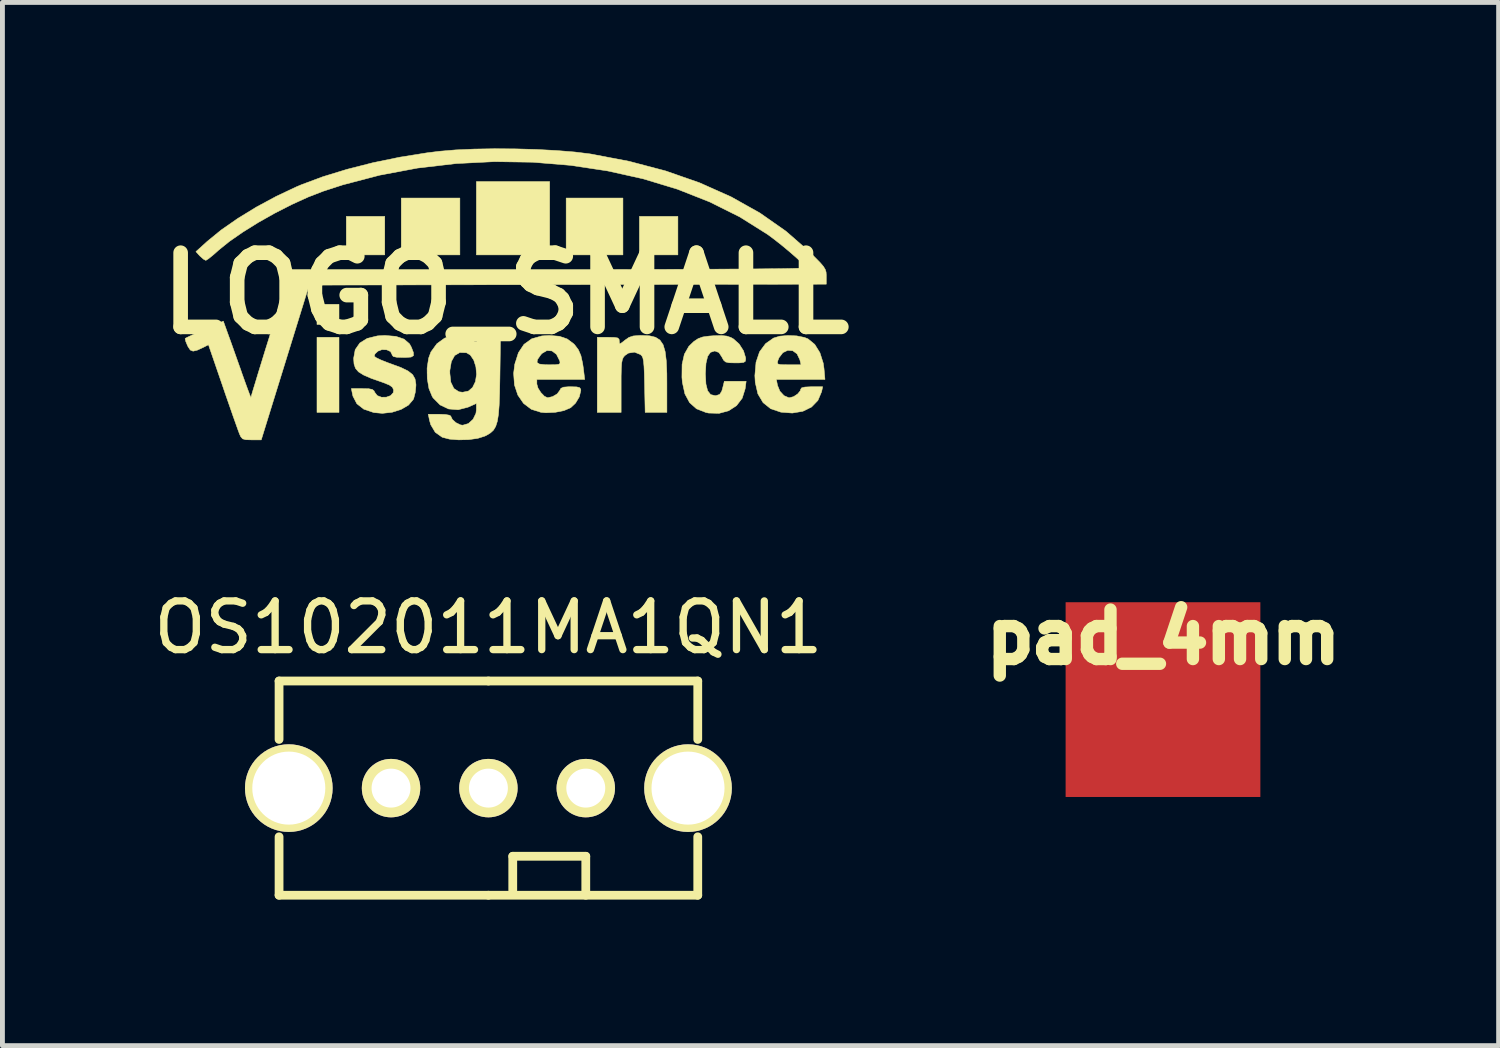
<source format=kicad_pcb>
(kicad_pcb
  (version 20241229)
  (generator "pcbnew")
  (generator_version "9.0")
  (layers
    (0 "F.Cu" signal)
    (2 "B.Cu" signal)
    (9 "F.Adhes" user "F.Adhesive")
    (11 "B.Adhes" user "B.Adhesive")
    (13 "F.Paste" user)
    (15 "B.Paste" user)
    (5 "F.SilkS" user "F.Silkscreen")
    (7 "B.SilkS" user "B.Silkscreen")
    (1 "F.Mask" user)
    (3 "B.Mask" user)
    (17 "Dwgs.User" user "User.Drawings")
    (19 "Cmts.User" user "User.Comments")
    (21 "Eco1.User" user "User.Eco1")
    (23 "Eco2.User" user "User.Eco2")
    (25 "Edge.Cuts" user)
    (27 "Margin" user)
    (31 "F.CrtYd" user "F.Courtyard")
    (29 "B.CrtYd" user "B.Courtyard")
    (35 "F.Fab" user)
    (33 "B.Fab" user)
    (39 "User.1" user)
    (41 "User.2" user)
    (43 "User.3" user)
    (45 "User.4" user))
  (footprint "LOGO_SMALL"
    (layer "F.Cu")
    (at 7.337 2.975)
    (property "Reference" "LOGO_SMALL" (at 0 0 0) (layer "F.SilkS") (effects (font (size 1.524 1.524) (thickness 0.3))))
    (attr through_hole)
    (fp_poly (pts (xy -3.424 0.64) (xy -3.876 0.64) (xy -3.876 0.226) (xy -3.424 0.226) (xy -3.424 0.64)) (stroke (width 0.01) (type solid)) (fill yes) (layer "F.SilkS"))
    (fp_poly (pts (xy -3.424 2.446) (xy -3.876 2.446) (xy -3.876 0.903) (xy -3.424 0.903) (xy -3.424 2.446)) (stroke (width 0.01) (type solid)) (fill yes) (layer "F.SilkS"))
    (fp_poly (pts (xy -2.484 -0.79) (xy -3.274 -0.79) (xy -3.274 -1.58) (xy -2.484 -1.58) (xy -2.484 -0.79)) (stroke (width 0.01) (type solid)) (fill yes) (layer "F.SilkS"))
    (fp_poly (pts (xy -0.941 -0.79) (xy -2.145 -0.79) (xy -2.145 -1.957) (xy -0.941 -1.957) (xy -0.941 -0.79)) (stroke (width 0.01) (type solid)) (fill yes) (layer "F.SilkS"))
    (fp_poly (pts (xy 0.903 -0.79) (xy -0.602 -0.79) (xy -0.602 -2.295) (xy 0.903 -2.295) (xy 0.903 -0.79)) (stroke (width 0.01) (type solid)) (fill yes) (layer "F.SilkS"))
    (fp_poly (pts (xy 2.408 -0.79) (xy 1.242 -0.79) (xy 1.242 -1.957) (xy 2.408 -1.957) (xy 2.408 -0.79)) (stroke (width 0.01) (type solid)) (fill yes) (layer "F.SilkS"))
    (fp_poly (pts (xy 3.537 -0.79) (xy 2.747 -0.79) (xy 2.747 -1.58) (xy 3.537 -1.58) (xy 3.537 -0.79)) (stroke (width 0.01) (type solid)) (fill yes) (layer "F.SilkS"))
    (fp_poly (pts (xy 2.955 0.873) (xy 3.077 0.902) (xy 3.168 0.96) (xy 3.233 1.055) (xy 3.275 1.196) (xy 3.299 1.39) (xy 3.31 1.646) (xy 3.311 1.843) (xy 3.311 2.446) (xy 2.865 2.446) (xy 2.853 1.878) (xy 2.848 1.658) (xy 2.841 1.5) (xy 2.831 1.393) (xy 2.817 1.325) (xy 2.796 1.284) (xy 2.768 1.257) (xy 2.645 1.208) (xy 2.52 1.228) (xy 2.446 1.279) (xy 2.416 1.315) (xy 2.396 1.362) (xy 2.382 1.433) (xy 2.375 1.542) (xy 2.371 1.701) (xy 2.371 1.9) (xy 2.371 2.446) (xy 1.881 2.446) (xy 1.881 0.903) (xy 2.107 0.903) (xy 2.233 0.906) (xy 2.301 0.917) (xy 2.329 0.944) (xy 2.333 0.982) (xy 2.337 1.029) (xy 2.359 1.032) (xy 2.416 0.99) (xy 2.449 0.963) (xy 2.53 0.906) (xy 2.617 0.876) (xy 2.74 0.866) (xy 2.798 0.865) (xy 2.955 0.873)) (stroke (width 0.01) (type solid)) (fill yes) (layer "F.SilkS"))
    (fp_poly (pts (xy 4.54 0.878) (xy 4.626 0.907) (xy 4.679 0.937) (xy 4.796 1.042) (xy 4.885 1.181) (xy 4.928 1.324) (xy 4.929 1.351) (xy 4.922 1.396) (xy 4.887 1.419) (xy 4.808 1.428) (xy 4.713 1.429) (xy 4.589 1.426) (xy 4.518 1.41) (xy 4.475 1.372) (xy 4.44 1.307) (xy 4.38 1.216) (xy 4.302 1.186) (xy 4.291 1.185) (xy 4.206 1.212) (xy 4.148 1.294) (xy 4.114 1.438) (xy 4.102 1.649) (xy 4.102 1.657) (xy 4.113 1.863) (xy 4.148 2.002) (xy 4.21 2.08) (xy 4.302 2.102) (xy 4.322 2.1) (xy 4.394 2.077) (xy 4.437 2.013) (xy 4.456 1.947) (xy 4.491 1.806) (xy 4.939 1.806) (xy 4.918 1.963) (xy 4.858 2.154) (xy 4.742 2.306) (xy 4.58 2.412) (xy 4.384 2.465) (xy 4.167 2.459) (xy 4.112 2.447) (xy 3.92 2.372) (xy 3.778 2.246) (xy 3.681 2.066) (xy 3.629 1.828) (xy 3.62 1.725) (xy 3.623 1.46) (xy 3.67 1.251) (xy 3.763 1.087) (xy 3.866 0.988) (xy 3.954 0.93) (xy 4.049 0.896) (xy 4.177 0.878) (xy 4.275 0.871) (xy 4.432 0.867) (xy 4.54 0.878)) (stroke (width 0.01) (type solid)) (fill yes) (layer "F.SilkS"))
    (fp_poly (pts (xy 5.976 0.874) (xy 6.136 0.906) (xy 6.209 0.935) (xy 6.348 1.049) (xy 6.454 1.22) (xy 6.522 1.433) (xy 6.538 1.544) (xy 6.558 1.769) (xy 5.56 1.769) (xy 5.583 1.891) (xy 5.632 2.01) (xy 5.717 2.102) (xy 5.815 2.144) (xy 5.828 2.145) (xy 5.914 2.122) (xy 5.998 2.066) (xy 6.052 2) (xy 6.058 1.973) (xy 6.078 1.942) (xy 6.145 1.925) (xy 6.272 1.919) (xy 6.285 1.919) (xy 6.511 1.919) (xy 6.488 2.023) (xy 6.413 2.2) (xy 6.282 2.335) (xy 6.103 2.423) (xy 5.887 2.459) (xy 5.653 2.441) (xy 5.444 2.371) (xy 5.287 2.245) (xy 5.18 2.065) (xy 5.126 1.831) (xy 5.118 1.69) (xy 5.141 1.428) (xy 5.58 1.428) (xy 5.596 1.453) (xy 5.652 1.465) (xy 5.763 1.467) (xy 5.815 1.468) (xy 6.067 1.468) (xy 6.042 1.364) (xy 5.984 1.243) (xy 5.896 1.179) (xy 5.793 1.171) (xy 5.693 1.219) (xy 5.614 1.322) (xy 5.59 1.383) (xy 5.58 1.428) (xy 5.141 1.428) (xy 5.141 1.419) (xy 5.214 1.202) (xy 5.338 1.034) (xy 5.501 0.919) (xy 5.629 0.88) (xy 5.797 0.866) (xy 5.976 0.874)) (stroke (width 0.01) (type solid)) (fill yes) (layer "F.SilkS"))
    (fp_poly (pts (xy 1.103 0.882) (xy 1.263 0.937) (xy 1.397 1.037) (xy 1.418 1.059) (xy 1.493 1.159) (xy 1.545 1.279) (xy 1.581 1.442) (xy 1.597 1.552) (xy 1.623 1.769) (xy 0.64 1.769) (xy 0.64 1.864) (xy 0.664 1.947) (xy 0.723 2.039) (xy 0.795 2.114) (xy 0.861 2.145) (xy 0.861 2.145) (xy 0.964 2.121) (xy 1.059 2.064) (xy 1.109 1.997) (xy 1.135 1.951) (xy 1.189 1.927) (xy 1.291 1.919) (xy 1.338 1.919) (xy 1.457 1.922) (xy 1.518 1.937) (xy 1.541 1.969) (xy 1.543 1.996) (xy 1.512 2.126) (xy 1.434 2.256) (xy 1.335 2.349) (xy 1.198 2.408) (xy 1.018 2.444) (xy 0.825 2.453) (xy 0.724 2.444) (xy 0.527 2.382) (xy 0.367 2.261) (xy 0.25 2.091) (xy 0.18 1.882) (xy 0.163 1.643) (xy 0.186 1.457) (xy 0.198 1.42) (xy 0.643 1.42) (xy 0.693 1.453) (xy 0.808 1.466) (xy 0.887 1.468) (xy 1.019 1.466) (xy 1.09 1.458) (xy 1.116 1.437) (xy 1.113 1.399) (xy 1.108 1.383) (xy 1.043 1.253) (xy 0.951 1.183) (xy 0.847 1.175) (xy 0.745 1.235) (xy 0.718 1.266) (xy 0.653 1.36) (xy 0.643 1.42) (xy 0.198 1.42) (xy 0.261 1.221) (xy 0.376 1.048) (xy 0.536 0.933) (xy 0.743 0.875) (xy 0.895 0.865) (xy 1.103 0.882)) (stroke (width 0.01) (type solid)) (fill yes) (layer "F.SilkS"))
    (fp_poly (pts (xy -2.255 0.884) (xy -2.087 0.941) (xy -1.975 1.038) (xy -1.937 1.108) (xy -1.895 1.217) (xy -1.894 1.28) (xy -1.943 1.309) (xy -2.052 1.317) (xy -2.107 1.317) (xy -2.238 1.313) (xy -2.308 1.298) (xy -2.332 1.268) (xy -2.333 1.26) (xy -2.365 1.196) (xy -2.443 1.16) (xy -2.541 1.156) (xy -2.623 1.187) (xy -2.684 1.243) (xy -2.7 1.291) (xy -2.66 1.322) (xy -2.565 1.368) (xy -2.432 1.421) (xy -2.355 1.449) (xy -2.147 1.526) (xy -2.003 1.597) (xy -1.911 1.671) (xy -1.862 1.758) (xy -1.844 1.867) (xy -1.844 1.899) (xy -1.857 2.033) (xy -1.888 2.155) (xy -1.901 2.184) (xy -1.997 2.296) (xy -2.148 2.384) (xy -2.333 2.443) (xy -2.533 2.465) (xy -2.709 2.449) (xy -2.914 2.38) (xy -3.057 2.268) (xy -3.137 2.114) (xy -3.146 2.077) (xy -3.17 1.957) (xy -2.942 1.957) (xy -2.812 1.96) (xy -2.739 1.975) (xy -2.702 2.006) (xy -2.691 2.032) (xy -2.638 2.101) (xy -2.551 2.134) (xy -2.452 2.133) (xy -2.363 2.101) (xy -2.309 2.04) (xy -2.302 1.985) (xy -2.326 1.93) (xy -2.39 1.883) (xy -2.51 1.835) (xy -2.54 1.824) (xy -2.76 1.747) (xy -2.917 1.679) (xy -3.022 1.614) (xy -3.085 1.541) (xy -3.115 1.453) (xy -3.123 1.341) (xy -3.123 1.333) (xy -3.091 1.157) (xy -2.996 1.02) (xy -2.843 0.925) (xy -2.633 0.874) (xy -2.484 0.865) (xy -2.255 0.884)) (stroke (width 0.01) (type solid)) (fill yes) (layer "F.SilkS"))
    (fp_poly (pts (xy -0.887 0.874) (xy -0.723 0.941) (xy -0.641 0.986) (xy -0.598 0.99) (xy -0.578 0.96) (xy -0.541 0.925) (xy -0.453 0.907) (xy -0.332 0.903) (xy -0.107 0.903) (xy -0.119 1.74) (xy -0.125 2.052) (xy -0.134 2.297) (xy -0.149 2.487) (xy -0.172 2.629) (xy -0.205 2.733) (xy -0.251 2.81) (xy -0.313 2.867) (xy -0.392 2.915) (xy -0.429 2.933) (xy -0.574 2.979) (xy -0.762 3.005) (xy -0.964 3.01) (xy -1.153 2.995) (xy -1.3 2.957) (xy -1.305 2.955) (xy -1.447 2.854) (xy -1.54 2.698) (xy -1.566 2.604) (xy -1.59 2.484) (xy -1.359 2.484) (xy -1.237 2.489) (xy -1.154 2.504) (xy -1.129 2.521) (xy -1.097 2.589) (xy -1.022 2.657) (xy -0.929 2.702) (xy -0.883 2.709) (xy -0.766 2.675) (xy -0.67 2.587) (xy -0.611 2.465) (xy -0.602 2.393) (xy -0.602 2.262) (xy -0.775 2.339) (xy -0.977 2.391) (xy -1.173 2.375) (xy -1.348 2.292) (xy -1.49 2.149) (xy -1.509 2.12) (xy -1.576 1.957) (xy -1.611 1.752) (xy -1.613 1.635) (xy -1.148 1.635) (xy -1.127 1.825) (xy -1.064 1.955) (xy -0.961 2.022) (xy -0.886 2.032) (xy -0.766 2.008) (xy -0.68 1.933) (xy -0.621 1.812) (xy -0.599 1.665) (xy -0.612 1.511) (xy -0.656 1.372) (xy -0.727 1.267) (xy -0.807 1.22) (xy -0.944 1.216) (xy -1.048 1.277) (xy -1.116 1.401) (xy -1.147 1.583) (xy -1.148 1.635) (xy -1.613 1.635) (xy -1.614 1.535) (xy -1.583 1.332) (xy -1.536 1.204) (xy -1.413 1.035) (xy -1.254 0.92) (xy -1.074 0.865) (xy -0.887 0.874)) (stroke (width 0.01) (type solid)) (fill yes) (layer "F.SilkS"))
    (fp_poly (pts (xy 0.204 -2.967) (xy 0.635 -2.955) (xy 1.046 -2.933) (xy 1.418 -2.903) (xy 1.735 -2.864) (xy 1.74 -2.863) (xy 2.534 -2.712) (xy 3.283 -2.515) (xy 3.982 -2.271) (xy 4.63 -1.982) (xy 5.222 -1.65) (xy 5.756 -1.276) (xy 6.199 -0.89) (xy 6.351 -0.741) (xy 6.457 -0.633) (xy 6.525 -0.554) (xy 6.563 -0.492) (xy 6.581 -0.436) (xy 6.585 -0.373) (xy 6.585 -0.352) (xy 6.585 -0.188) (xy 1.274 -0.179) (xy -4.037 -0.169) (xy -4.529 1.421) (xy -5.021 3.01) (xy -5.219 3.01) (xy -5.337 3.007) (xy -5.403 2.989) (xy -5.442 2.945) (xy -5.468 2.888) (xy -5.494 2.818) (xy -5.54 2.689) (xy -5.603 2.512) (xy -5.677 2.299) (xy -5.76 2.061) (xy -5.811 1.911) (xy -6.105 1.056) (xy -6.204 1.107) (xy -6.336 1.168) (xy -6.421 1.188) (xy -6.478 1.165) (xy -6.524 1.097) (xy -6.535 1.075) (xy -6.572 0.987) (xy -6.584 0.932) (xy -6.583 0.926) (xy -6.544 0.905) (xy -6.45 0.861) (xy -6.317 0.801) (xy -6.183 0.741) (xy -5.8 0.571) (xy -5.703 0.841) (xy -5.653 0.978) (xy -5.587 1.164) (xy -5.512 1.376) (xy -5.435 1.592) (xy -5.42 1.637) (xy -5.355 1.819) (xy -5.3 1.97) (xy -5.259 2.079) (xy -5.236 2.134) (xy -5.232 2.138) (xy -5.221 2.094) (xy -5.19 1.989) (xy -5.142 1.832) (xy -5.082 1.633) (xy -5.011 1.403) (xy -4.934 1.152) (xy -4.852 0.89) (xy -4.77 0.627) (xy -4.691 0.373) (xy -4.617 0.139) (xy -4.552 -0.066) (xy -4.499 -0.232) (xy -4.461 -0.347) (xy -4.442 -0.403) (xy -4.441 -0.405) (xy -4.404 -0.489) (xy 0.883 -0.489) (xy 1.622 -0.489) (xy 2.313 -0.49) (xy 2.957 -0.491) (xy 3.549 -0.493) (xy 4.087 -0.495) (xy 4.569 -0.498) (xy 4.993 -0.5) (xy 5.356 -0.504) (xy 5.656 -0.507) (xy 5.889 -0.511) (xy 6.054 -0.516) (xy 6.149 -0.52) (xy 6.171 -0.524) (xy 6.143 -0.566) (xy 6.068 -0.643) (xy 5.956 -0.745) (xy 5.82 -0.863) (xy 5.672 -0.986) (xy 5.524 -1.103) (xy 5.387 -1.205) (xy 5.377 -1.212) (xy 4.81 -1.568) (xy 4.191 -1.877) (xy 3.527 -2.139) (xy 2.824 -2.352) (xy 2.09 -2.515) (xy 1.332 -2.629) (xy 0.555 -2.693) (xy -0.232 -2.705) (xy -1.022 -2.665) (xy -1.81 -2.573) (xy -2.587 -2.427) (xy -3.347 -2.228) (xy -3.744 -2.099) (xy -4.057 -1.978) (xy -4.395 -1.824) (xy -4.742 -1.647) (xy -5.081 -1.456) (xy -5.397 -1.259) (xy -5.674 -1.067) (xy -5.897 -0.887) (xy -5.913 -0.872) (xy -6.019 -0.779) (xy -6.105 -0.71) (xy -6.156 -0.678) (xy -6.161 -0.677) (xy -6.208 -0.702) (xy -6.276 -0.763) (xy -6.28 -0.766) (xy -6.363 -0.856) (xy -6.128 -1.069) (xy -5.844 -1.301) (xy -5.503 -1.538) (xy -5.121 -1.772) (xy -4.715 -1.991) (xy -4.3 -2.187) (xy -4.196 -2.231) (xy -3.756 -2.395) (xy -3.26 -2.547) (xy -2.726 -2.683) (xy -2.172 -2.797) (xy -1.616 -2.886) (xy -1.359 -2.918) (xy -1.029 -2.946) (xy -0.646 -2.963) (xy -0.23 -2.97) (xy 0.204 -2.967)) (stroke (width 0.01) (type solid)) (fill yes) (layer "F.SilkS")))
  (footprint "OS102011MA1QN1"
    (layer "F.Cu")
    (at 6.982 13.138)
    (property "Reference" "OS102011MA1QN1" (at 0 -3.3 0) (layer "F.SilkS") (effects (font (size 1 1) (thickness 0.15))))
    (attr through_hole)
    (fp_line (start -4.3 -2.2) (end -4.3 -1) (stroke (width 0.18) (type solid)) (layer "F.SilkS"))
    (fp_line (start -4.3 2.2) (end -4.3 1) (stroke (width 0.18) (type solid)) (layer "F.SilkS"))
    (fp_line (start 0 -2.2) (end -4.3 -2.2) (stroke (width 0.18) (type solid)) (layer "F.SilkS"))
    (fp_line (start 0 -2.2) (end 4.3 -2.2) (stroke (width 0.18) (type solid)) (layer "F.SilkS"))
    (fp_line (start 0 2.2) (end -4.3 2.2) (stroke (width 0.18) (type solid)) (layer "F.SilkS"))
    (fp_line (start 0 2.2) (end 4.3 2.2) (stroke (width 0.18) (type solid)) (layer "F.SilkS"))
    (fp_line (start 0.5 1.4) (end 2 1.4) (stroke (width 0.18) (type solid)) (layer "F.SilkS"))
    (fp_line (start 0.5 2.1) (end 0.5 1.4) (stroke (width 0.18) (type solid)) (layer "F.SilkS"))
    (fp_line (start 2 1.4) (end 2 2.2) (stroke (width 0.18) (type solid)) (layer "F.SilkS"))
    (fp_line (start 4.3 -2.2) (end 4.3 -1) (stroke (width 0.18) (type solid)) (layer "F.SilkS"))
    (fp_line (start 4.3 2.2) (end 4.3 1) (stroke (width 0.18) (type solid)) (layer "F.SilkS"))
    (pad "" thru_hole circle (at -4.1 0) (size 1.8 1.8) (drill 1.5) (layers "*.Cu" "*.Mask" "F.SilkS"))
    (pad "" thru_hole circle (at 4.1 0) (size 1.8 1.8) (drill 1.5) (layers "*.Cu" "*.Mask" "F.SilkS"))
    (pad "1" thru_hole circle (at -2 0) (size 1.2 1.2) (drill 0.8) (layers "*.Cu" "*.Mask" "F.SilkS"))
    (pad "2" thru_hole circle (at 0 0) (size 1.2 1.2) (drill 0.8) (layers "*.Cu" "*.Mask" "F.SilkS"))
    (pad "3" thru_hole circle (at 2 0) (size 1.2 1.2) (drill 0.8) (layers "*.Cu" "*.Mask" "F.SilkS")))
  (footprint "pad_4mm"
    (layer "F.Cu")
    (at 20.838 11.32)
    (property "Reference" "pad_4mm" (at 0.01 -1.29 0) (layer "F.SilkS") (effects (font (size 1.016 1.016) (thickness 0.254))))
    (attr through_hole)
    (pad "1" smd rect (at 0 0) (size 4 4) (layers "F.Cu" "F.Mask" "F.Paste")))
  (gr_rect
    (start -3 -3)
    (end 27.732 18.428)
    (stroke (width 0.1) (type default))
    (fill no)
    (layer "Edge.Cuts")))
</source>
